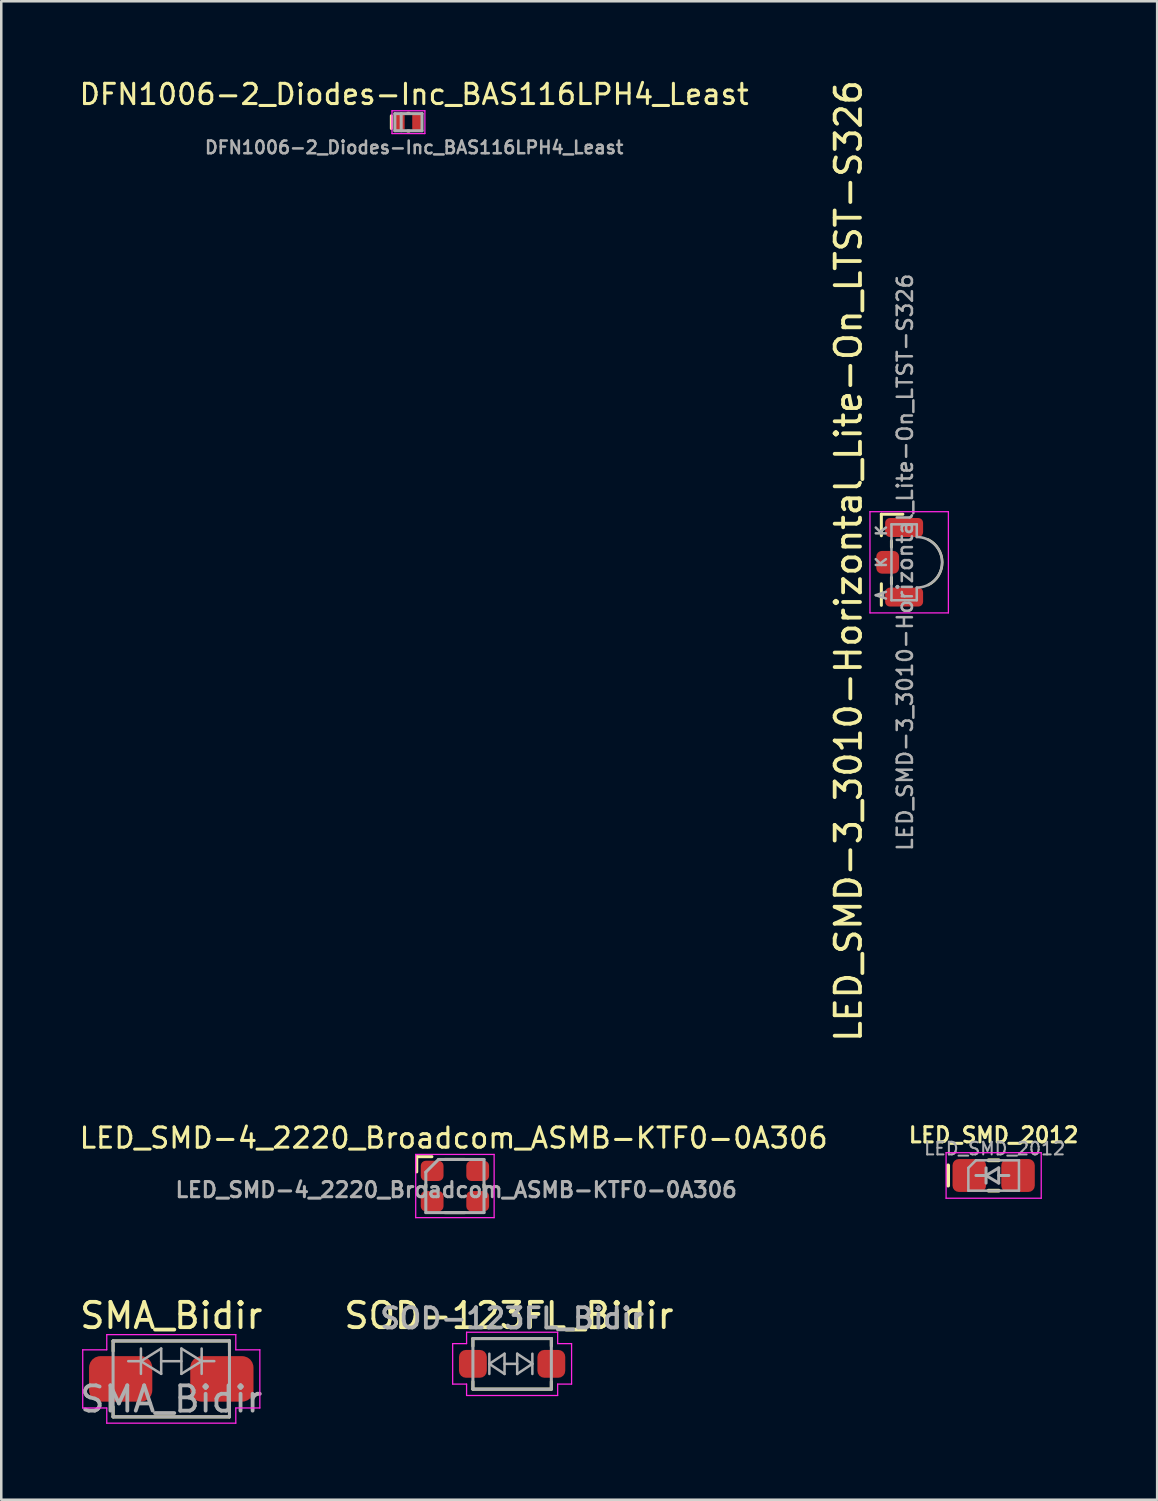
<source format=kicad_pcb>
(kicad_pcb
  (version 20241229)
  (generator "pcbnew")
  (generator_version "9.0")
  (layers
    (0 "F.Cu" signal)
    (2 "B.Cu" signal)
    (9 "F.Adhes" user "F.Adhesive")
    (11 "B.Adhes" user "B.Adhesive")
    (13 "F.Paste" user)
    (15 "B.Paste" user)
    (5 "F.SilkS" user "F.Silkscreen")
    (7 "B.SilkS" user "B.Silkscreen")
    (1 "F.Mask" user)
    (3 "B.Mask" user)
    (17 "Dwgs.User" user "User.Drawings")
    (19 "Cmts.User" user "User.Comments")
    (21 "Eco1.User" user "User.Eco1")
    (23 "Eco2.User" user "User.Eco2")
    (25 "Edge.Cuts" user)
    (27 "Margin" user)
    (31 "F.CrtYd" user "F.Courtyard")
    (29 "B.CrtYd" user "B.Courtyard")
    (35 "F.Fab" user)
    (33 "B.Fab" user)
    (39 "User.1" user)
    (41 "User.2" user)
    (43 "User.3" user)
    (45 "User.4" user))
  (footprint "LED_SMD-4_2220_Broadcom_ASMB-KTF0-0A306"
    (layer "F.Cu")
    (at 14.931 43.829)
    (property "Reference" "LED_SMD-4_2220_Broadcom_ASMB-KTF0-0A306" (at -0.05 -1.9 0) (unlocked yes) (layer "F.SilkS") (effects (font (size 0.8 0.8) (thickness 0.12))))
    (attr smd)
    (fp_line (start -1.51 -1.16) (end -1.51 -0.56) (stroke (width 0.12) (type solid)) (layer "F.SilkS"))
    (fp_line (start -1.15 -0.05) (end -1.15 0.05) (stroke (width 0.12) (type solid)) (layer "F.SilkS"))
    (fp_line (start -0.91 -1.16) (end -1.51 -1.16) (stroke (width 0.12) (type solid)) (layer "F.SilkS"))
    (fp_line (start -0.4 -1.05) (end 0.4 -1.05) (stroke (width 0.12) (type solid)) (layer "F.SilkS"))
    (fp_line (start -0.4 1.05) (end 0.4 1.05) (stroke (width 0.12) (type solid)) (layer "F.SilkS"))
    (fp_line (start 1.15 -0.05) (end 1.15 0.05) (stroke (width 0.12) (type solid)) (layer "F.SilkS"))
    (fp_line (start -1.55 -1.25) (end 1.55 -1.25) (stroke (width 0.05) (type solid)) (layer "F.CrtYd"))
    (fp_line (start -1.55 1.25) (end -1.55 -1.25) (stroke (width 0.05) (type solid)) (layer "F.CrtYd"))
    (fp_line (start -1.55 1.25) (end 1.55 1.25) (stroke (width 0.05) (type solid)) (layer "F.CrtYd"))
    (fp_line (start 1.55 -1.25) (end 1.55 1.25) (stroke (width 0.05) (type solid)) (layer "F.CrtYd"))
    (fp_line (start -1.15 -0.55) (end -1.15 1.05) (stroke (width 0.12) (type solid)) (layer "F.Fab"))
    (fp_line (start -1.15 -0.55) (end -0.65 -1.05) (stroke (width 0.12) (type solid)) (layer "F.Fab"))
    (fp_line (start -1.15 1.05) (end 1.15 1.05) (stroke (width 0.12) (type solid)) (layer "F.Fab"))
    (fp_line (start 1.15 -1.05) (end -0.65 -1.05) (stroke (width 0.12) (type solid)) (layer "F.Fab"))
    (fp_line (start 1.15 1.05) (end 1.15 -1.05) (stroke (width 0.12) (type solid)) (layer "F.Fab"))
    (fp_text user "${REFERENCE}" (at 0.05 0.15 0) (unlocked yes) (layer "F.Fab") (effects (font (size 0.6 0.6) (thickness 0.12))))
    (pad "1" smd roundrect (at -0.9 -0.6) (size 0.9 0.8) (layers "F.Cu" "F.Mask" "F.Paste") (roundrect_rratio 0.25))
    (pad "2" smd roundrect (at -0.9 0.6) (size 0.9 0.8) (layers "F.Cu" "F.Mask" "F.Paste") (roundrect_rratio 0.25))
    (pad "3" smd roundrect (at 0.9 0.6) (size 0.9 0.8) (layers "F.Cu" "F.Mask" "F.Paste") (roundrect_rratio 0.25))
    (pad "4" smd roundrect (at 0.9 -0.6) (size 0.9 0.8) (layers "F.Cu" "F.Mask" "F.Paste") (roundrect_rratio 0.25)))
  (footprint "LED_SMD_2012"
    (layer "F.Cu")
    (at 36.225 43.412)
    (property "Reference" "LED_SMD_2012" (at 0 -1.6 0) (unlocked yes) (layer "F.SilkS") (effects (font (size 0.6 0.6) (thickness 0.12))))
    (attr smd)
    (fp_line (start -1.8 -0.4) (end -1.8 0.4) (stroke (width 0.15) (type solid)) (layer "F.SilkS"))
    (fp_line (start -0.2 -0.6) (end 0.2 -0.6) (stroke (width 0.15) (type solid)) (layer "F.SilkS"))
    (fp_line (start -0.2 0.6) (end 0.2 0.6) (stroke (width 0.15) (type solid)) (layer "F.SilkS"))
    (fp_line (start -1.88 -0.9) (end 1.88 -0.9) (stroke (width 0.05) (type solid)) (layer "F.CrtYd"))
    (fp_line (start -1.88 0.9) (end -1.88 -0.9) (stroke (width 0.05) (type solid)) (layer "F.CrtYd"))
    (fp_line (start 1.88 -0.9) (end 1.88 0.9) (stroke (width 0.05) (type solid)) (layer "F.CrtYd"))
    (fp_line (start 1.88 0.9) (end -1.88 0.9) (stroke (width 0.05) (type solid)) (layer "F.CrtYd"))
    (fp_line (start -1 -0.3) (end -1 0.6) (stroke (width 0.1) (type solid)) (layer "F.Fab"))
    (fp_line (start -1 0.6) (end 1 0.6) (stroke (width 0.1) (type solid)) (layer "F.Fab"))
    (fp_line (start -0.7 -0.6) (end -1 -0.3) (stroke (width 0.1) (type solid)) (layer "F.Fab"))
    (fp_line (start -0.3 -0.3) (end -0.3 0.3) (stroke (width 0.12) (type solid)) (layer "F.Fab"))
    (fp_line (start -0.3 0) (end -0.7 0) (stroke (width 0.12) (type solid)) (layer "F.Fab"))
    (fp_line (start -0.3 0) (end 0.2 0.3) (stroke (width 0.12) (type solid)) (layer "F.Fab"))
    (fp_line (start 0.2 -0.3) (end -0.3 0) (stroke (width 0.12) (type solid)) (layer "F.Fab"))
    (fp_line (start 0.2 0) (end 0.6 0) (stroke (width 0.12) (type solid)) (layer "F.Fab"))
    (fp_line (start 0.2 0.3) (end 0.2 -0.3) (stroke (width 0.12) (type solid)) (layer "F.Fab"))
    (fp_line (start 1 -0.6) (end -0.7 -0.6) (stroke (width 0.1) (type solid)) (layer "F.Fab"))
    (fp_line (start 1 0.6) (end 1 -0.6) (stroke (width 0.1) (type solid)) (layer "F.Fab"))
    (fp_text user "${REFERENCE}" (at 0.04 -1.06 0) (layer "F.Fab") (effects (font (size 0.5 0.5) (thickness 0.08))))
    (pad "A" smd roundrect (at 0.963 0) (size 1.325 1.3) (layers "F.Cu" "F.Mask" "F.Paste") (roundrect_rratio 0.192))
    (pad "K" smd roundrect (at -0.963 0) (size 1.325 1.3) (layers "F.Cu" "F.Mask" "F.Paste") (roundrect_rratio 0.192)))
  (footprint "SMA_Bidir"
    (layer "F.Cu")
    (at 3.72 51.452)
    (property "Reference" "SMA_Bidir" (at 0 -2.5 0) (unlocked yes) (layer "F.SilkS") (effects (font (size 1 1) (thickness 0.15))))
    (attr smd)
    (fp_line (start -2.3 -1.5) (end -2.3 -1.1) (stroke (width 0.12) (type solid)) (layer "F.SilkS"))
    (fp_line (start -2.3 1.1) (end -2.3 1.5) (stroke (width 0.12) (type solid)) (layer "F.SilkS"))
    (fp_line (start 2.3 -1.5) (end -2.3 -1.5) (stroke (width 0.12) (type solid)) (layer "F.SilkS"))
    (fp_line (start 2.3 -1.5) (end 2.3 -1.1) (stroke (width 0.12) (type solid)) (layer "F.SilkS"))
    (fp_line (start 2.3 1.1) (end 2.3 1.5) (stroke (width 0.12) (type solid)) (layer "F.SilkS"))
    (fp_line (start 2.3 1.5) (end -2.3 1.5) (stroke (width 0.12) (type solid)) (layer "F.SilkS"))
    (fp_line (start -3.5 -1.15) (end -2.55 -1.15) (stroke (width 0.05) (type solid)) (layer "F.CrtYd"))
    (fp_line (start -3.5 1.15) (end -3.5 -1.15) (stroke (width 0.05) (type solid)) (layer "F.CrtYd"))
    (fp_line (start -3.5 1.15) (end -2.55 1.15) (stroke (width 0.05) (type solid)) (layer "F.CrtYd"))
    (fp_line (start -2.55 -1.75) (end 2.55 -1.75) (stroke (width 0.05) (type solid)) (layer "F.CrtYd"))
    (fp_line (start -2.55 -1.15) (end -2.55 -1.75) (stroke (width 0.05) (type solid)) (layer "F.CrtYd"))
    (fp_line (start -2.55 1.15) (end -2.55 1.75) (stroke (width 0.05) (type solid)) (layer "F.CrtYd"))
    (fp_line (start 2.55 -1.15) (end 2.55 -1.75) (stroke (width 0.05) (type solid)) (layer "F.CrtYd"))
    (fp_line (start 2.55 1.15) (end 2.55 1.75) (stroke (width 0.05) (type solid)) (layer "F.CrtYd"))
    (fp_line (start 2.55 1.75) (end -2.55 1.75) (stroke (width 0.05) (type solid)) (layer "F.CrtYd"))
    (fp_line (start 3.5 -1.15) (end 2.55 -1.15) (stroke (width 0.05) (type solid)) (layer "F.CrtYd"))
    (fp_line (start 3.5 -1.15) (end 3.5 1.15) (stroke (width 0.05) (type solid)) (layer "F.CrtYd"))
    (fp_line (start 3.5 1.15) (end 2.55 1.15) (stroke (width 0.05) (type solid)) (layer "F.CrtYd"))
    (fp_line (start -2.3 1.5) (end -2.3 -1.5) (stroke (width 0.12) (type solid)) (layer "F.Fab"))
    (fp_line (start -1.2 -1.2) (end -1.2 -0.2) (stroke (width 0.1) (type solid)) (layer "F.Fab"))
    (fp_line (start -1.2 -0.699) (end -1.7 -0.7) (stroke (width 0.1) (type solid)) (layer "F.Fab"))
    (fp_line (start -1.2 -0.699) (end -0.4 -1.2) (stroke (width 0.1) (type solid)) (layer "F.Fab"))
    (fp_line (start -1.2 -0.699) (end -0.399 -0.2) (stroke (width 0.1) (type solid)) (layer "F.Fab"))
    (fp_line (start -0.4 -0.699) (end 0.4 -0.699) (stroke (width 0.1) (type solid)) (layer "F.Fab"))
    (fp_line (start -0.399 -0.2) (end -0.399 -1.2) (stroke (width 0.1) (type solid)) (layer "F.Fab"))
    (fp_line (start 0.4 -1.2) (end 0.399 -0.2) (stroke (width 0.1) (type solid)) (layer "F.Fab"))
    (fp_line (start 1.2 -0.701) (end 0.4 -1.2) (stroke (width 0.1) (type solid)) (layer "F.Fab"))
    (fp_line (start 1.2 -0.701) (end 0.4 -0.2) (stroke (width 0.1) (type solid)) (layer "F.Fab"))
    (fp_line (start 1.2 -0.701) (end 1.7 -0.701) (stroke (width 0.1) (type solid)) (layer "F.Fab"))
    (fp_line (start 1.2 -0.2) (end 1.2 -1.2) (stroke (width 0.1) (type solid)) (layer "F.Fab"))
    (fp_line (start 2.3 -1.5) (end -2.3 -1.5) (stroke (width 0.12) (type solid)) (layer "F.Fab"))
    (fp_line (start 2.3 -1.5) (end 2.3 1.5) (stroke (width 0.12) (type solid)) (layer "F.Fab"))
    (fp_line (start 2.3 1.5) (end -2.3 1.5) (stroke (width 0.12) (type solid)) (layer "F.Fab"))
    (fp_text user "${REFERENCE}" (at 0 0.8 0) (layer "F.Fab") (effects (font (size 1 1) (thickness 0.15))))
    (pad "1" smd roundrect (at -2 0) (size 2.5 1.8) (layers "F.Cu" "F.Mask" "F.Paste") (roundrect_rratio 0.25))
    (pad "2" smd roundrect (at 2 0) (size 2.5 1.8) (layers "F.Cu" "F.Mask" "F.Paste") (roundrect_rratio 0.25)))
  (footprint "LED_SMD-3_3010-Horizontal_Lite-On_LTST-S326"
    (layer "F.Cu")
    (at 32.686 19.175)
    (property "Reference" "LED_SMD-3_3010-Horizontal_Lite-On_LTST-S326" (at -2.2 -0.05 90) (unlocked yes) (layer "F.SilkS") (effects (font (size 1 1) (thickness 0.15))))
    (attr smd)
    (fp_line (start -0.9 -1.05) (end -0.9 -1.9) (stroke (width 0.12) (type solid)) (layer "F.SilkS"))
    (fp_line (start -0.9 1.7) (end -0.9 0.85) (stroke (width 0.12) (type solid)) (layer "F.SilkS"))
    (fp_line (start -0.5 -0.85) (end -0.5 -0.6) (stroke (width 0.12) (type solid)) (layer "F.SilkS"))
    (fp_line (start -0.5 0.6) (end -0.5 0.85) (stroke (width 0.12) (type solid)) (layer "F.SilkS"))
    (fp_line (start -0.05 -1.9) (end -0.9 -1.9) (stroke (width 0.12) (type solid)) (layer "F.SilkS"))
    (fp_arc (start 0.95 -0.9) (mid 1.506231 0) (end 0.95 0.9) (stroke (width 0.1) (type solid)) (layer "F.SilkS"))
    (fp_line (start -1.35 -2) (end 1.75 -2) (stroke (width 0.05) (type solid)) (layer "F.CrtYd"))
    (fp_line (start -1.35 2) (end -1.35 -2) (stroke (width 0.05) (type solid)) (layer "F.CrtYd"))
    (fp_line (start 1.75 -2) (end 1.75 2) (stroke (width 0.05) (type solid)) (layer "F.CrtYd"))
    (fp_line (start 1.75 2) (end -1.35 2) (stroke (width 0.05) (type solid)) (layer "F.CrtYd"))
    (fp_line (start -0.5 -1.5) (end -0.5 1.5) (stroke (width 0.1) (type solid)) (layer "F.Fab"))
    (fp_line (start -0.5 -1.5) (end 0.5 -1.5) (stroke (width 0.1) (type solid)) (layer "F.Fab"))
    (fp_line (start 0.5 -1.5) (end 0.5 -1) (stroke (width 0.1) (type solid)) (layer "F.Fab"))
    (fp_line (start 0.5 1.5) (end -0.5 1.5) (stroke (width 0.1) (type solid)) (layer "F.Fab"))
    (fp_line (start 0.5 1.5) (end 0.5 1) (stroke (width 0.1) (type solid)) (layer "F.Fab"))
    (fp_arc (start 0.5 -1) (mid 1.5 0) (end 0.5 1) (stroke (width 0.1) (type solid)) (layer "F.Fab"))
    (fp_text user "K" (at -0.9 0 90) (layer "F.Fab") (effects (font (size 0.4 0.4) (thickness 0.1))))
    (fp_text user "A" (at -0.9 1.3 90) (layer "F.Fab") (effects (font (size 0.4 0.4) (thickness 0.1))))
    (fp_text user "K" (at -0.9 -1.25 90) (layer "F.Fab") (effects (font (size 0.4 0.4) (thickness 0.1))))
    (fp_text user "${REFERENCE}" (at 0.035 0 90) (layer "F.Fab") (effects (font (size 0.6 0.6) (thickness 0.1))))
    (pad "A" smd roundrect (at 0 1.375 180) (size 1.5 0.75) (layers "F.Cu" "F.Mask" "F.Paste") (roundrect_rratio 0.25))
    (pad "K1" smd roundrect (at 0 -1.375 180) (size 1.5 0.75) (layers "F.Cu" "F.Mask" "F.Paste") (roundrect_rratio 0.25))
    (pad "K2" smd roundrect (at -0.65 0 180) (size 0.9 0.9) (layers "F.Cu" "F.Mask" "F.Paste") (roundrect_rratio 0.25)))
  (footprint "DFN1006-2_Diodes-Inc_BAS116LPH4_Least"
    (layer "F.Cu")
    (at 13.094 1.779)
    (property "Reference" "DFN1006-2_Diodes-Inc_BAS116LPH4_Least" (at 0.225 -1.1 0) (unlocked yes) (layer "F.SilkS") (effects (font (size 0.8 0.8) (thickness 0.12))))
    (attr smd)
    (fp_line (start -0.675 -0.25) (end -0.675 0.25) (stroke (width 0.12) (type solid)) (layer "F.SilkS"))
    (fp_line (start 0.025 -0.35) (end -0.025 -0.35) (stroke (width 0.12) (type solid)) (layer "F.SilkS"))
    (fp_line (start 0.025 0.35) (end -0.025 0.35) (stroke (width 0.12) (type solid)) (layer "F.SilkS"))
    (fp_line (start -0.65 -0.45) (end -0.65 0.45) (stroke (width 0.05) (type solid)) (layer "F.CrtYd"))
    (fp_line (start -0.65 0.45) (end 0.65 0.45) (stroke (width 0.05) (type solid)) (layer "F.CrtYd"))
    (fp_line (start 0.65 -0.45) (end -0.65 -0.45) (stroke (width 0.05) (type solid)) (layer "F.CrtYd"))
    (fp_line (start 0.65 0.45) (end 0.65 -0.45) (stroke (width 0.05) (type solid)) (layer "F.CrtYd"))
    (fp_line (start -0.537 -0.338) (end -0.537 0.338) (stroke (width 0.12) (type solid)) (layer "F.Fab"))
    (fp_line (start -0.537 0.338) (end 0.537 0.338) (stroke (width 0.12) (type solid)) (layer "F.Fab"))
    (fp_line (start -0.287 -0.338) (end -0.287 0.338) (stroke (width 0.12) (type solid)) (layer "F.Fab"))
    (fp_line (start 0.537 -0.338) (end -0.537 -0.338) (stroke (width 0.12) (type solid)) (layer "F.Fab"))
    (fp_line (start 0.537 0.338) (end 0.537 -0.338) (stroke (width 0.12) (type solid)) (layer "F.Fab"))
    (fp_text user "${REFERENCE}" (at 0.225 1 0) (layer "F.Fab") (effects (font (size 0.5 0.5) (thickness 0.1))))
    (pad "1" smd roundrect (at -0.35 0) (size 0.4 0.7) (layers "F.Cu" "F.Mask" "F.Paste") (roundrect_rratio 0.25))
    (pad "2" smd roundrect (at 0.35 0) (size 0.4 0.7) (layers "F.Cu" "F.Mask" "F.Paste") (roundrect_rratio 0.25)))
  (footprint "SOD-123FL_Bidir"
    (layer "F.Cu")
    (at 17.192 50.857)
    (property "Reference" "SOD-123FL_Bidir" (at -0.127 -1.905 0) (unlocked yes) (layer "F.SilkS") (effects (font (size 1 1) (thickness 0.15))))
    (attr smd)
    (fp_line (start -1.55 -1) (end -1.55 -0.7) (stroke (width 0.12) (type solid)) (layer "F.SilkS"))
    (fp_line (start -1.55 -1) (end 1.55 -1) (stroke (width 0.12) (type solid)) (layer "F.SilkS"))
    (fp_line (start -1.55 0.7) (end -1.55 1) (stroke (width 0.12) (type solid)) (layer "F.SilkS"))
    (fp_line (start 1.55 -1) (end 1.55 -0.7) (stroke (width 0.12) (type solid)) (layer "F.SilkS"))
    (fp_line (start 1.55 0.7) (end 1.55 1) (stroke (width 0.12) (type solid)) (layer "F.SilkS"))
    (fp_line (start 1.55 1) (end -1.55 1) (stroke (width 0.12) (type solid)) (layer "F.SilkS"))
    (fp_line (start -2.35 -0.8) (end -1.8 -0.8) (stroke (width 0.05) (type solid)) (layer "F.CrtYd"))
    (fp_line (start -2.35 0.8) (end -2.35 -0.8) (stroke (width 0.05) (type solid)) (layer "F.CrtYd"))
    (fp_line (start -1.8 -1.25) (end 1.8 -1.25) (stroke (width 0.05) (type solid)) (layer "F.CrtYd"))
    (fp_line (start -1.8 -0.8) (end -1.8 -1.25) (stroke (width 0.05) (type solid)) (layer "F.CrtYd"))
    (fp_line (start -1.8 0.8) (end -2.35 0.8) (stroke (width 0.05) (type solid)) (layer "F.CrtYd"))
    (fp_line (start -1.8 1.25) (end -1.8 0.8) (stroke (width 0.05) (type solid)) (layer "F.CrtYd"))
    (fp_line (start 1.8 -1.25) (end 1.8 -0.8) (stroke (width 0.05) (type solid)) (layer "F.CrtYd"))
    (fp_line (start 1.8 -0.8) (end 2.35 -0.8) (stroke (width 0.05) (type solid)) (layer "F.CrtYd"))
    (fp_line (start 1.8 0.8) (end 1.8 1.25) (stroke (width 0.05) (type solid)) (layer "F.CrtYd"))
    (fp_line (start 1.8 1.25) (end -1.8 1.25) (stroke (width 0.05) (type solid)) (layer "F.CrtYd"))
    (fp_line (start 2.35 -0.8) (end 2.35 0.8) (stroke (width 0.05) (type solid)) (layer "F.CrtYd"))
    (fp_line (start 2.35 0.8) (end 1.8 0.8) (stroke (width 0.05) (type solid)) (layer "F.CrtYd"))
    (fp_line (start -1.55 -1) (end 1.55 -1) (stroke (width 0.12) (type solid)) (layer "F.Fab"))
    (fp_line (start -1.55 1) (end -1.55 -1) (stroke (width 0.12) (type solid)) (layer "F.Fab"))
    (fp_line (start -0.9 -0.4) (end -0.9 0.4) (stroke (width 0.1) (type solid)) (layer "F.Fab"))
    (fp_line (start -0.9 0.001) (end -0.3 -0.4) (stroke (width 0.1) (type solid)) (layer "F.Fab"))
    (fp_line (start -0.9 0.001) (end -0.3 0.4) (stroke (width 0.1) (type solid)) (layer "F.Fab"))
    (fp_line (start -0.3 0.001) (end 0.2 0.001) (stroke (width 0.1) (type solid)) (layer "F.Fab"))
    (fp_line (start -0.3 0.4) (end -0.3 -0.4) (stroke (width 0.1) (type solid)) (layer "F.Fab"))
    (fp_line (start 0.2 -0.4) (end 0.2 0.4) (stroke (width 0.1) (type solid)) (layer "F.Fab"))
    (fp_line (start 0.8 -0.001) (end 0.2 -0.4) (stroke (width 0.1) (type solid)) (layer "F.Fab"))
    (fp_line (start 0.8 -0.001) (end 0.2 0.4) (stroke (width 0.1) (type solid)) (layer "F.Fab"))
    (fp_line (start 0.8 0.4) (end 0.8 -0.4) (stroke (width 0.1) (type solid)) (layer "F.Fab"))
    (fp_line (start 1.55 -1) (end 1.55 1) (stroke (width 0.12) (type solid)) (layer "F.Fab"))
    (fp_line (start 1.55 1) (end -1.55 1) (stroke (width 0.12) (type solid)) (layer "F.Fab"))
    (fp_text user "${REFERENCE}" (at 0 -1.8 0) (layer "F.Fab") (effects (font (size 0.8 0.8) (thickness 0.15))))
    (pad "1" smd roundrect (at -1.55 0) (size 1.1 1.1) (layers "F.Cu" "F.Mask" "F.Paste") (roundrect_rratio 0.25))
    (pad "2" smd roundrect (at 1.55 0) (size 1.1 1.1) (layers "F.Cu" "F.Mask" "F.Paste") (roundrect_rratio 0.25)))
  (gr_rect
    (start -3 -3)
    (end 42.688 56.227)
    (stroke (width 0.1) (type default))
    (fill no)
    (layer "Edge.Cuts")))
</source>
